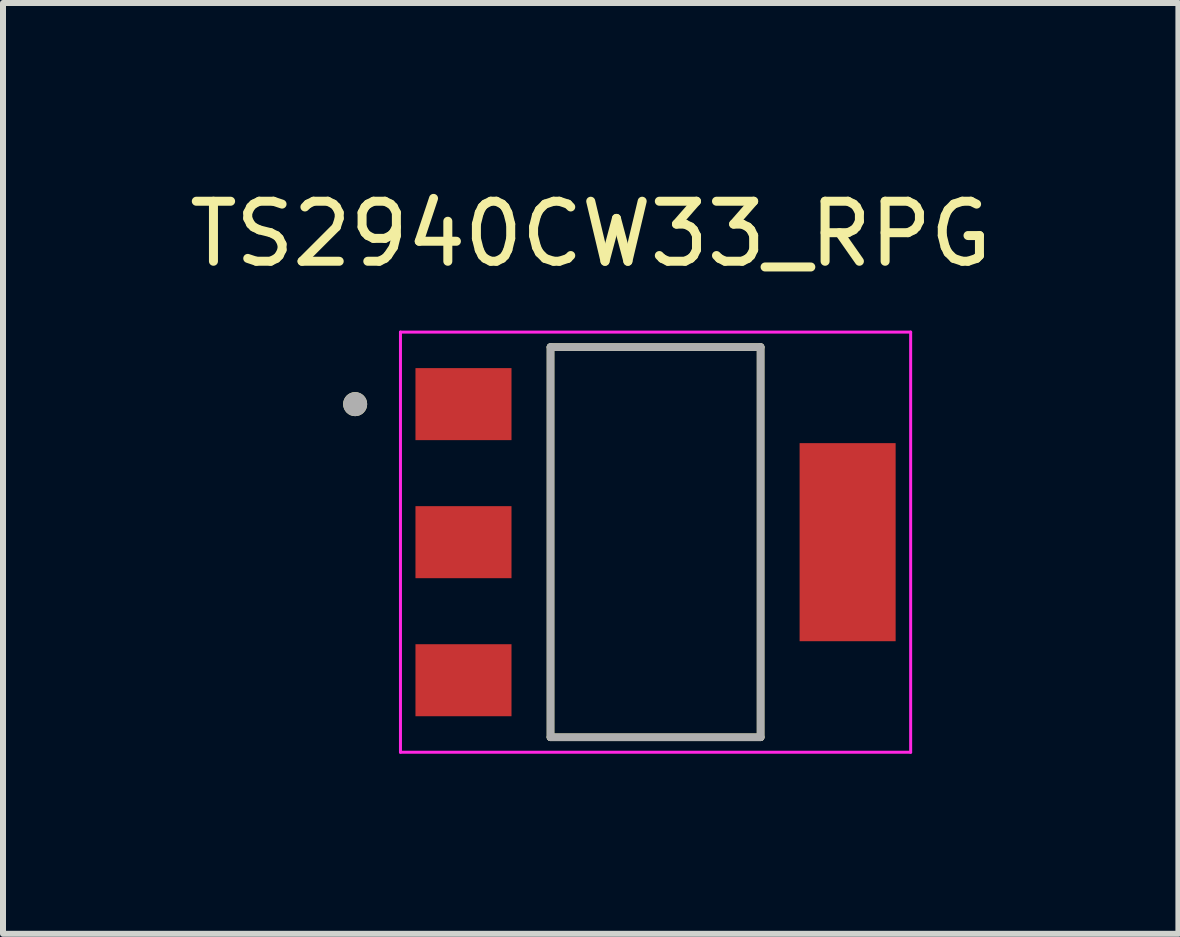
<source format=kicad_pcb>
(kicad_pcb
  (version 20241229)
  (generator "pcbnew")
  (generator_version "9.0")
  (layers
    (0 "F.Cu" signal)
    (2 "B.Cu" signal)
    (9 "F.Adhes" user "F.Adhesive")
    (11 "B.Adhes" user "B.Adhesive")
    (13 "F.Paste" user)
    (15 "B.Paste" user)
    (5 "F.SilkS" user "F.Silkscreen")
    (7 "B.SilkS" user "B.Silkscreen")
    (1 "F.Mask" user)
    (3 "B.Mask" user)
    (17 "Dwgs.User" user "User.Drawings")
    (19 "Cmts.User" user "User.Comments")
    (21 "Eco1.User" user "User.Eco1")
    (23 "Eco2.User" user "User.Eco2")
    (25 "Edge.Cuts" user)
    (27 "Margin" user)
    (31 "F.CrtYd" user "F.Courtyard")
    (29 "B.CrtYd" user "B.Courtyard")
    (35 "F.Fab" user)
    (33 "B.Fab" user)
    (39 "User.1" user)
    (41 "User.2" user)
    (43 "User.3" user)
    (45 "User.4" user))
  (footprint "TS2940CW33_RPG"
    (layer "F.Cu")
    (at 7.872 5.983)
    (property "Reference" "TS2940CW33_RPG" (at -1.08 -5.135 0) (layer "F.SilkS") (effects (font (size 1 1) (thickness 0.15))))
    (attr smd)
    (fp_line (start -1.75 -3.25) (end 1.75 -3.25) (stroke (width 0.127) (type solid)) (layer "F.SilkS"))
    (fp_line (start -1.75 3.25) (end -1.75 -3.25) (stroke (width 0.127) (type solid)) (layer "F.SilkS"))
    (fp_line (start 1.75 -3.25) (end 1.75 3.25) (stroke (width 0.127) (type solid)) (layer "F.SilkS"))
    (fp_line (start 1.75 3.25) (end -1.75 3.25) (stroke (width 0.127) (type solid)) (layer "F.SilkS"))
    (fp_circle (center -5.005 -2.3) (end -4.905 -2.3) (stroke (width 0.2) (type solid)) (fill no) (layer "F.SilkS"))
    (fp_line (start -4.25 -3.5) (end -4.25 3.5) (stroke (width 0.05) (type solid)) (layer "F.CrtYd"))
    (fp_line (start -4.25 3.5) (end 4.25 3.5) (stroke (width 0.05) (type solid)) (layer "F.CrtYd"))
    (fp_line (start 4.25 -3.5) (end -4.25 -3.5) (stroke (width 0.05) (type solid)) (layer "F.CrtYd"))
    (fp_line (start 4.25 3.5) (end 4.25 -3.5) (stroke (width 0.05) (type solid)) (layer "F.CrtYd"))
    (fp_line (start -1.75 -3.25) (end 1.75 -3.25) (stroke (width 0.127) (type solid)) (layer "F.Fab"))
    (fp_line (start -1.75 3.25) (end -1.75 -3.25) (stroke (width 0.127) (type solid)) (layer "F.Fab"))
    (fp_line (start 1.75 -3.25) (end 1.75 3.25) (stroke (width 0.127) (type solid)) (layer "F.Fab"))
    (fp_line (start 1.75 3.25) (end -1.75 3.25) (stroke (width 0.127) (type solid)) (layer "F.Fab"))
    (fp_circle (center -5.005 -2.3) (end -4.905 -2.3) (stroke (width 0.2) (type solid)) (fill no) (layer "F.Fab"))
    (pad "1" smd rect (at -3.2 -2.3) (size 1.6 1.2) (layers "F.Cu" "F.Mask" "F.Paste"))
    (pad "2" smd rect (at -3.2 0) (size 1.6 1.2) (layers "F.Cu" "F.Mask" "F.Paste"))
    (pad "3" smd rect (at -3.2 2.3) (size 1.6 1.2) (layers "F.Cu" "F.Mask" "F.Paste"))
    (pad "4" smd rect (at 3.2 0) (size 1.6 3.3) (layers "F.Cu" "F.Mask" "F.Paste")))
  (gr_rect
    (start -3 -3)
    (end 16.583 12.508)
    (stroke (width 0.1) (type default))
    (fill no)
    (layer "Edge.Cuts")))
</source>
